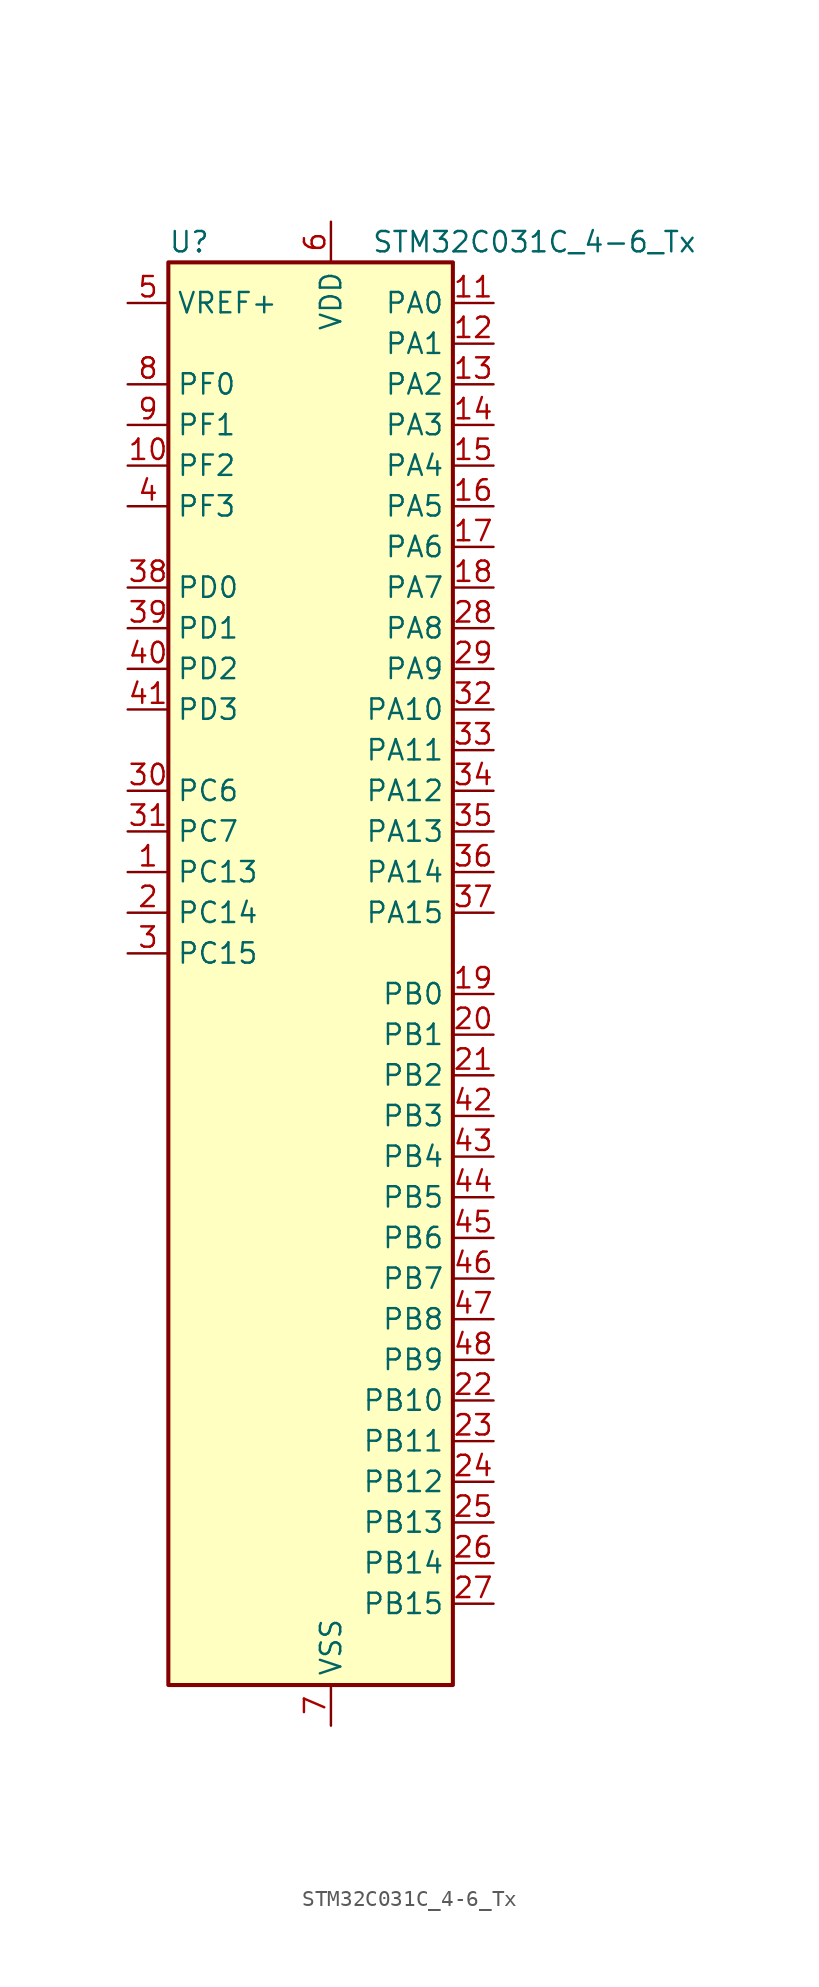
<source format=kicad_sym>
(kicad_symbol_lib
  (version 20231120)
  (generator "kicad_symbol_editor")
  (generator_version "8.0")
  (symbol "STM32C031C_4-6_Tx"
    (property "Reference" "U"
      (at -7.62 46.99 0)
      (effects (font (size 1.27 1.27)) (justify left)))
    (property "Value" "STM32C031C_4-6_Tx"
      (at 5.08 46.99 0)
      (effects (font (size 1.27 1.27)) (justify left)))
    (property "ki_locked" ""
      (at 0 0 0)
      (effects (font (size 1.27 1.27))))
    (symbol "STM32C031C_4-6_Tx_0_1"
      (rectangle (start -7.62 -43.18) (end 10.16 45.72) (stroke (width 0.254) (type default)) (fill (type background))))
    (symbol "STM32C031C_4-6_Tx_1_1"
      (pin bidirectional line (at -10.16 7.62 0) (length 2.54) (name "PC13" (effects (font (size 1.27 1.27)))) (number "1" (effects (font (size 1.27 1.27)))) (alternate "PWR_WKUP2" bidirectional line) (alternate "RTC_OUT1" bidirectional line) (alternate "RTC_TS" bidirectional line) (alternate "TIM1_BKIN" bidirectional line) (alternate "TIM1_ETR" bidirectional line))
      (pin bidirectional line (at -10.16 33.02 0) (length 2.54) (name "PF2" (effects (font (size 1.27 1.27)))) (number "10" (effects (font (size 1.27 1.27)))) (alternate "RCC_MCO" bidirectional line) (alternate "TIM1_CH4" bidirectional line))
      (pin bidirectional line (at 12.7 43.18 180) (length 2.54) (name "PA0" (effects (font (size 1.27 1.27)))) (number "11" (effects (font (size 1.27 1.27)))) (alternate "ADC1_IN0" bidirectional line) (alternate "PWR_WKUP1" bidirectional line) (alternate "TIM16_CH1" bidirectional line) (alternate "TIM1_CH1" bidirectional line) (alternate "USART1_TX" bidirectional line) (alternate "USART2_CTS" bidirectional line) (alternate "USART2_NSS" bidirectional line))
      (pin bidirectional line (at 12.7 40.64 180) (length 2.54) (name "PA1" (effects (font (size 1.27 1.27)))) (number "12" (effects (font (size 1.27 1.27)))) (alternate "ADC1_IN1" bidirectional line) (alternate "I2C1_SMBA" bidirectional line) (alternate "I2S1_CK" bidirectional line) (alternate "SPI1_SCK" bidirectional line) (alternate "TIM17_CH1" bidirectional line) (alternate "TIM1_CH2" bidirectional line) (alternate "USART1_RX" bidirectional line) (alternate "USART2_CK" bidirectional line) (alternate "USART2_DE" bidirectional line) (alternate "USART2_RTS" bidirectional line))
      (pin bidirectional line (at 12.7 38.1 180) (length 2.54) (name "PA2" (effects (font (size 1.27 1.27)))) (number "13" (effects (font (size 1.27 1.27)))) (alternate "ADC1_IN2" bidirectional line) (alternate "I2S1_SD" bidirectional line) (alternate "PWR_WKUP4" bidirectional line) (alternate "RCC_LSCO" bidirectional line) (alternate "SPI1_MOSI" bidirectional line) (alternate "TIM16_CH1N" bidirectional line) (alternate "TIM1_CH3" bidirectional line) (alternate "TIM3_ETR" bidirectional line) (alternate "USART2_TX" bidirectional line))
      (pin bidirectional line (at 12.7 35.56 180) (length 2.54) (name "PA3" (effects (font (size 1.27 1.27)))) (number "14" (effects (font (size 1.27 1.27)))) (alternate "ADC1_IN3" bidirectional line) (alternate "TIM1_CH1N" bidirectional line) (alternate "TIM1_CH4" bidirectional line) (alternate "USART2_RX" bidirectional line))
      (pin bidirectional line (at 12.7 33.02 180) (length 2.54) (name "PA4" (effects (font (size 1.27 1.27)))) (number "15" (effects (font (size 1.27 1.27)))) (alternate "ADC1_IN4" bidirectional line) (alternate "I2S1_WS" bidirectional line) (alternate "RTC_OUT2" bidirectional line) (alternate "SPI1_NSS" bidirectional line) (alternate "TIM14_CH1" bidirectional line) (alternate "TIM17_CH1N" bidirectional line) (alternate "TIM1_CH2N" bidirectional line) (alternate "USART2_TX" bidirectional line))
      (pin bidirectional line (at 12.7 30.48 180) (length 2.54) (name "PA5" (effects (font (size 1.27 1.27)))) (number "16" (effects (font (size 1.27 1.27)))) (alternate "ADC1_IN5" bidirectional line) (alternate "I2S1_CK" bidirectional line) (alternate "SPI1_SCK" bidirectional line) (alternate "TIM1_CH1" bidirectional line) (alternate "TIM1_CH3N" bidirectional line) (alternate "USART2_RX" bidirectional line))
      (pin bidirectional line (at 12.7 27.94 180) (length 2.54) (name "PA6" (effects (font (size 1.27 1.27)))) (number "17" (effects (font (size 1.27 1.27)))) (alternate "ADC1_IN6" bidirectional line) (alternate "I2S1_MCK" bidirectional line) (alternate "SPI1_MISO" bidirectional line) (alternate "TIM16_CH1" bidirectional line) (alternate "TIM1_BKIN" bidirectional line) (alternate "TIM3_CH1" bidirectional line))
      (pin bidirectional line (at 12.7 25.4 180) (length 2.54) (name "PA7" (effects (font (size 1.27 1.27)))) (number "18" (effects (font (size 1.27 1.27)))) (alternate "ADC1_IN7" bidirectional line) (alternate "I2S1_SD" bidirectional line) (alternate "SPI1_MOSI" bidirectional line) (alternate "TIM14_CH1" bidirectional line) (alternate "TIM17_CH1" bidirectional line) (alternate "TIM1_CH1N" bidirectional line) (alternate "TIM3_CH2" bidirectional line))
      (pin bidirectional line (at 12.7 0 180) (length 2.54) (name "PB0" (effects (font (size 1.27 1.27)))) (number "19" (effects (font (size 1.27 1.27)))) (alternate "ADC1_IN17" bidirectional line) (alternate "I2S1_WS" bidirectional line) (alternate "SPI1_NSS" bidirectional line) (alternate "TIM1_CH2N" bidirectional line) (alternate "TIM3_CH3" bidirectional line))
      (pin bidirectional line (at -10.16 5.08 0) (length 2.54) (name "PC14" (effects (font (size 1.27 1.27)))) (number "2" (effects (font (size 1.27 1.27)))) (alternate "I2C1_SDA" bidirectional line) (alternate "IR_OUT" bidirectional line) (alternate "RCC_OSCX_IN" bidirectional line) (alternate "TIM17_CH1" bidirectional line) (alternate "TIM1_BKIN2" bidirectional line) (alternate "TIM1_ETR" bidirectional line) (alternate "TIM3_CH2" bidirectional line) (alternate "USART1_TX" bidirectional line) (alternate "USART2_CK" bidirectional line) (alternate "USART2_DE" bidirectional line) (alternate "USART2_RTS" bidirectional line))
      (pin bidirectional line (at 12.7 -2.54 180) (length 2.54) (name "PB1" (effects (font (size 1.27 1.27)))) (number "20" (effects (font (size 1.27 1.27)))) (alternate "ADC1_IN18" bidirectional line) (alternate "TIM14_CH1" bidirectional line) (alternate "TIM1_CH2N" bidirectional line) (alternate "TIM1_CH3N" bidirectional line) (alternate "TIM3_CH4" bidirectional line))
      (pin bidirectional line (at 12.7 -5.08 180) (length 2.54) (name "PB2" (effects (font (size 1.27 1.27)))) (number "21" (effects (font (size 1.27 1.27)))) (alternate "ADC1_IN19" bidirectional line) (alternate "RCC_MCO_2" bidirectional line) (alternate "USART1_RX" bidirectional line))
      (pin bidirectional line (at 12.7 -25.4 180) (length 2.54) (name "PB10" (effects (font (size 1.27 1.27)))) (number "22" (effects (font (size 1.27 1.27)))) (alternate "ADC1_IN20" bidirectional line))
      (pin bidirectional line (at 12.7 -27.94 180) (length 2.54) (name "PB11" (effects (font (size 1.27 1.27)))) (number "23" (effects (font (size 1.27 1.27)))) (alternate "ADC1_EXTI11" bidirectional line) (alternate "ADC1_IN21" bidirectional line))
      (pin bidirectional line (at 12.7 -30.48 180) (length 2.54) (name "PB12" (effects (font (size 1.27 1.27)))) (number "24" (effects (font (size 1.27 1.27)))) (alternate "ADC1_IN22" bidirectional line) (alternate "TIM1_BKIN" bidirectional line) (alternate "TIM1_BKIN2" bidirectional line))
      (pin bidirectional line (at 12.7 -33.02 180) (length 2.54) (name "PB13" (effects (font (size 1.27 1.27)))) (number "25" (effects (font (size 1.27 1.27)))) (alternate "TIM1_CH1N" bidirectional line))
      (pin bidirectional line (at 12.7 -35.56 180) (length 2.54) (name "PB14" (effects (font (size 1.27 1.27)))) (number "26" (effects (font (size 1.27 1.27)))) (alternate "TIM1_CH2N" bidirectional line))
      (pin bidirectional line (at 12.7 -38.1 180) (length 2.54) (name "PB15" (effects (font (size 1.27 1.27)))) (number "27" (effects (font (size 1.27 1.27)))) (alternate "RTC_REFIN" bidirectional line) (alternate "TIM1_CH3N" bidirectional line))
      (pin bidirectional line (at 12.7 22.86 180) (length 2.54) (name "PA8" (effects (font (size 1.27 1.27)))) (number "28" (effects (font (size 1.27 1.27)))) (alternate "ADC1_IN8" bidirectional line) (alternate "I2S1_WS" bidirectional line) (alternate "RCC_MCO" bidirectional line) (alternate "RCC_MCO_2" bidirectional line) (alternate "SPI1_NSS" bidirectional line) (alternate "TIM14_CH1" bidirectional line) (alternate "TIM1_CH1" bidirectional line) (alternate "TIM1_CH2N" bidirectional line) (alternate "TIM1_CH3N" bidirectional line) (alternate "TIM3_CH3" bidirectional line) (alternate "TIM3_CH4" bidirectional line) (alternate "USART1_RX" bidirectional line) (alternate "USART2_TX" bidirectional line))
      (pin bidirectional line (at 12.7 20.32 180) (length 2.54) (name "PA9" (effects (font (size 1.27 1.27)))) (number "29" (effects (font (size 1.27 1.27)))) (alternate "I2C1_SCL" bidirectional line) (alternate "RCC_MCO" bidirectional line) (alternate "TIM1_CH2" bidirectional line) (alternate "TIM3_ETR" bidirectional line) (alternate "USART1_TX" bidirectional line))
      (pin bidirectional line (at -10.16 2.54 0) (length 2.54) (name "PC15" (effects (font (size 1.27 1.27)))) (number "3" (effects (font (size 1.27 1.27)))) (alternate "RCC_OSC32_EN" bidirectional line) (alternate "RCC_OSCX_OUT" bidirectional line) (alternate "RCC_OSC_EN" bidirectional line) (alternate "TIM1_ETR" bidirectional line) (alternate "TIM3_CH3" bidirectional line))
      (pin bidirectional line (at -10.16 12.7 0) (length 2.54) (name "PC6" (effects (font (size 1.27 1.27)))) (number "30" (effects (font (size 1.27 1.27)))) (alternate "TIM3_CH1" bidirectional line))
      (pin bidirectional line (at -10.16 10.16 0) (length 2.54) (name "PC7" (effects (font (size 1.27 1.27)))) (number "31" (effects (font (size 1.27 1.27)))) (alternate "TIM3_CH2" bidirectional line))
      (pin bidirectional line (at 12.7 17.78 180) (length 2.54) (name "PA10" (effects (font (size 1.27 1.27)))) (number "32" (effects (font (size 1.27 1.27)))) (alternate "I2C1_SDA" bidirectional line) (alternate "RCC_MCO_2" bidirectional line) (alternate "TIM17_BKIN" bidirectional line) (alternate "TIM1_CH3" bidirectional line) (alternate "USART1_RX" bidirectional line))
      (pin bidirectional line (at 12.7 15.24 180) (length 2.54) (name "PA11" (effects (font (size 1.27 1.27)))) (number "33" (effects (font (size 1.27 1.27)))) (alternate "ADC1_EXTI11" bidirectional line) (alternate "ADC1_IN11" bidirectional line) (alternate "I2S1_MCK" bidirectional line) (alternate "SPI1_MISO" bidirectional line) (alternate "TIM1_BKIN2" bidirectional line) (alternate "TIM1_CH4" bidirectional line) (alternate "USART1_CTS" bidirectional line) (alternate "USART1_NSS" bidirectional line))
      (pin bidirectional line (at 12.7 12.7 180) (length 2.54) (name "PA12" (effects (font (size 1.27 1.27)))) (number "34" (effects (font (size 1.27 1.27)))) (alternate "ADC1_IN12" bidirectional line) (alternate "I2S1_SD" bidirectional line) (alternate "I2S_CKIN" bidirectional line) (alternate "SPI1_MOSI" bidirectional line) (alternate "TIM1_ETR" bidirectional line) (alternate "USART1_CK" bidirectional line) (alternate "USART1_DE" bidirectional line) (alternate "USART1_RTS" bidirectional line))
      (pin bidirectional line (at 12.7 10.16 180) (length 2.54) (name "PA13" (effects (font (size 1.27 1.27)))) (number "35" (effects (font (size 1.27 1.27)))) (alternate "ADC1_IN13" bidirectional line) (alternate "DEBUG_SWDIO" bidirectional line) (alternate "IR_OUT" bidirectional line) (alternate "TIM3_ETR" bidirectional line) (alternate "USART2_RX" bidirectional line))
      (pin bidirectional line (at 12.7 7.62 180) (length 2.54) (name "PA14" (effects (font (size 1.27 1.27)))) (number "36" (effects (font (size 1.27 1.27)))) (alternate "ADC1_IN14" bidirectional line) (alternate "DEBUG_SWCLK" bidirectional line) (alternate "I2S1_WS" bidirectional line) (alternate "RCC_MCO_2" bidirectional line) (alternate "SPI1_NSS" bidirectional line) (alternate "TIM1_CH1" bidirectional line) (alternate "USART1_CK" bidirectional line) (alternate "USART1_DE" bidirectional line) (alternate "USART1_RTS" bidirectional line) (alternate "USART2_RX" bidirectional line) (alternate "USART2_TX" bidirectional line))
      (pin bidirectional line (at 12.7 5.08 180) (length 2.54) (name "PA15" (effects (font (size 1.27 1.27)))) (number "37" (effects (font (size 1.27 1.27)))) (alternate "I2S1_WS" bidirectional line) (alternate "RCC_MCO_2" bidirectional line) (alternate "SPI1_NSS" bidirectional line) (alternate "TIM1_CH1" bidirectional line) (alternate "USART1_CK" bidirectional line) (alternate "USART1_DE" bidirectional line) (alternate "USART1_RTS" bidirectional line) (alternate "USART2_RX" bidirectional line))
      (pin bidirectional line (at -10.16 25.4 0) (length 2.54) (name "PD0" (effects (font (size 1.27 1.27)))) (number "38" (effects (font (size 1.27 1.27)))) (alternate "TIM16_CH1" bidirectional line))
      (pin bidirectional line (at -10.16 22.86 0) (length 2.54) (name "PD1" (effects (font (size 1.27 1.27)))) (number "39" (effects (font (size 1.27 1.27)))) (alternate "TIM17_CH1" bidirectional line))
      (pin bidirectional line (at -10.16 30.48 0) (length 2.54) (name "PF3" (effects (font (size 1.27 1.27)))) (number "4" (effects (font (size 1.27 1.27)))))
      (pin bidirectional line (at -10.16 20.32 0) (length 2.54) (name "PD2" (effects (font (size 1.27 1.27)))) (number "40" (effects (font (size 1.27 1.27)))) (alternate "TIM1_CH1N" bidirectional line) (alternate "TIM3_ETR" bidirectional line))
      (pin bidirectional line (at -10.16 17.78 0) (length 2.54) (name "PD3" (effects (font (size 1.27 1.27)))) (number "41" (effects (font (size 1.27 1.27)))) (alternate "TIM1_CH2N" bidirectional line) (alternate "USART2_CTS" bidirectional line) (alternate "USART2_NSS" bidirectional line))
      (pin bidirectional line (at 12.7 -7.62 180) (length 2.54) (name "PB3" (effects (font (size 1.27 1.27)))) (number "42" (effects (font (size 1.27 1.27)))) (alternate "I2S1_CK" bidirectional line) (alternate "SPI1_SCK" bidirectional line) (alternate "TIM1_CH2" bidirectional line) (alternate "TIM3_CH2" bidirectional line) (alternate "USART1_CK" bidirectional line) (alternate "USART1_DE" bidirectional line) (alternate "USART1_RTS" bidirectional line))
      (pin bidirectional line (at 12.7 -10.16 180) (length 2.54) (name "PB4" (effects (font (size 1.27 1.27)))) (number "43" (effects (font (size 1.27 1.27)))) (alternate "I2S1_MCK" bidirectional line) (alternate "SPI1_MISO" bidirectional line) (alternate "TIM17_BKIN" bidirectional line) (alternate "TIM3_CH1" bidirectional line) (alternate "USART1_CTS" bidirectional line) (alternate "USART1_NSS" bidirectional line))
      (pin bidirectional line (at 12.7 -12.7 180) (length 2.54) (name "PB5" (effects (font (size 1.27 1.27)))) (number "44" (effects (font (size 1.27 1.27)))) (alternate "I2C1_SMBA" bidirectional line) (alternate "I2S1_SD" bidirectional line) (alternate "PWR_WKUP6" bidirectional line) (alternate "SPI1_MOSI" bidirectional line) (alternate "TIM16_BKIN" bidirectional line) (alternate "TIM3_CH2" bidirectional line) (alternate "TIM3_CH3" bidirectional line))
      (pin bidirectional line (at 12.7 -15.24 180) (length 2.54) (name "PB6" (effects (font (size 1.27 1.27)))) (number "45" (effects (font (size 1.27 1.27)))) (alternate "I2C1_SCL" bidirectional line) (alternate "I2C1_SMBA" bidirectional line) (alternate "I2S1_CK" bidirectional line) (alternate "I2S1_MCK" bidirectional line) (alternate "I2S1_SD" bidirectional line) (alternate "PWR_WKUP3" bidirectional line) (alternate "SPI1_MISO" bidirectional line) (alternate "SPI1_MOSI" bidirectional line) (alternate "SPI1_SCK" bidirectional line) (alternate "TIM16_BKIN" bidirectional line) (alternate "TIM16_CH1N" bidirectional line) (alternate "TIM17_BKIN" bidirectional line) (alternate "TIM1_CH2" bidirectional line) (alternate "TIM1_CH3" bidirectional line) (alternate "TIM3_CH1" bidirectional line) (alternate "TIM3_CH2" bidirectional line) (alternate "TIM3_CH3" bidirectional line) (alternate "USART1_CK" bidirectional line) (alternate "USART1_CTS" bidirectional line) (alternate "USART1_DE" bidirectional line) (alternate "USART1_NSS" bidirectional line) (alternate "USART1_RTS" bidirectional line) (alternate "USART1_TX" bidirectional line))
      (pin bidirectional line (at 12.7 -17.78 180) (length 2.54) (name "PB7" (effects (font (size 1.27 1.27)))) (number "46" (effects (font (size 1.27 1.27)))) (alternate "I2C1_SCL" bidirectional line) (alternate "I2C1_SDA" bidirectional line) (alternate "TIM16_CH1" bidirectional line) (alternate "TIM17_CH1N" bidirectional line) (alternate "TIM1_CH4" bidirectional line) (alternate "TIM3_CH1" bidirectional line) (alternate "TIM3_CH4" bidirectional line) (alternate "USART1_RX" bidirectional line) (alternate "USART2_CTS" bidirectional line) (alternate "USART2_NSS" bidirectional line))
      (pin bidirectional line (at 12.7 -20.32 180) (length 2.54) (name "PB8" (effects (font (size 1.27 1.27)))) (number "47" (effects (font (size 1.27 1.27)))) (alternate "I2C1_SCL" bidirectional line) (alternate "TIM16_CH1" bidirectional line) (alternate "TIM3_CH1" bidirectional line) (alternate "USART2_CTS" bidirectional line) (alternate "USART2_NSS" bidirectional line))
      (pin bidirectional line (at 12.7 -22.86 180) (length 2.54) (name "PB9" (effects (font (size 1.27 1.27)))) (number "48" (effects (font (size 1.27 1.27)))) (alternate "I2C1_SDA" bidirectional line) (alternate "IR_OUT" bidirectional line) (alternate "TIM17_CH1" bidirectional line) (alternate "TIM3_CH2" bidirectional line) (alternate "USART2_CK" bidirectional line) (alternate "USART2_DE" bidirectional line) (alternate "USART2_RTS" bidirectional line))
      (pin input line (at -10.16 43.18 0) (length 2.54) (name "VREF+" (effects (font (size 1.27 1.27)))) (number "5" (effects (font (size 1.27 1.27)))))
      (pin power_in line (at 2.54 48.26 270) (length 2.54) (name "VDD" (effects (font (size 1.27 1.27)))) (number "6" (effects (font (size 1.27 1.27)))))
      (pin power_in line (at 2.54 -45.72 90) (length 2.54) (name "VSS" (effects (font (size 1.27 1.27)))) (number "7" (effects (font (size 1.27 1.27)))))
      (pin bidirectional line (at -10.16 38.1 0) (length 2.54) (name "PF0" (effects (font (size 1.27 1.27)))) (number "8" (effects (font (size 1.27 1.27)))) (alternate "RCC_OSC_IN" bidirectional line) (alternate "TIM14_CH1" bidirectional line))
      (pin bidirectional line (at -10.16 35.56 0) (length 2.54) (name "PF1" (effects (font (size 1.27 1.27)))) (number "9" (effects (font (size 1.27 1.27)))) (alternate "RCC_OSC_EN" bidirectional line) (alternate "RCC_OSC_OUT" bidirectional line)))))
</source>
